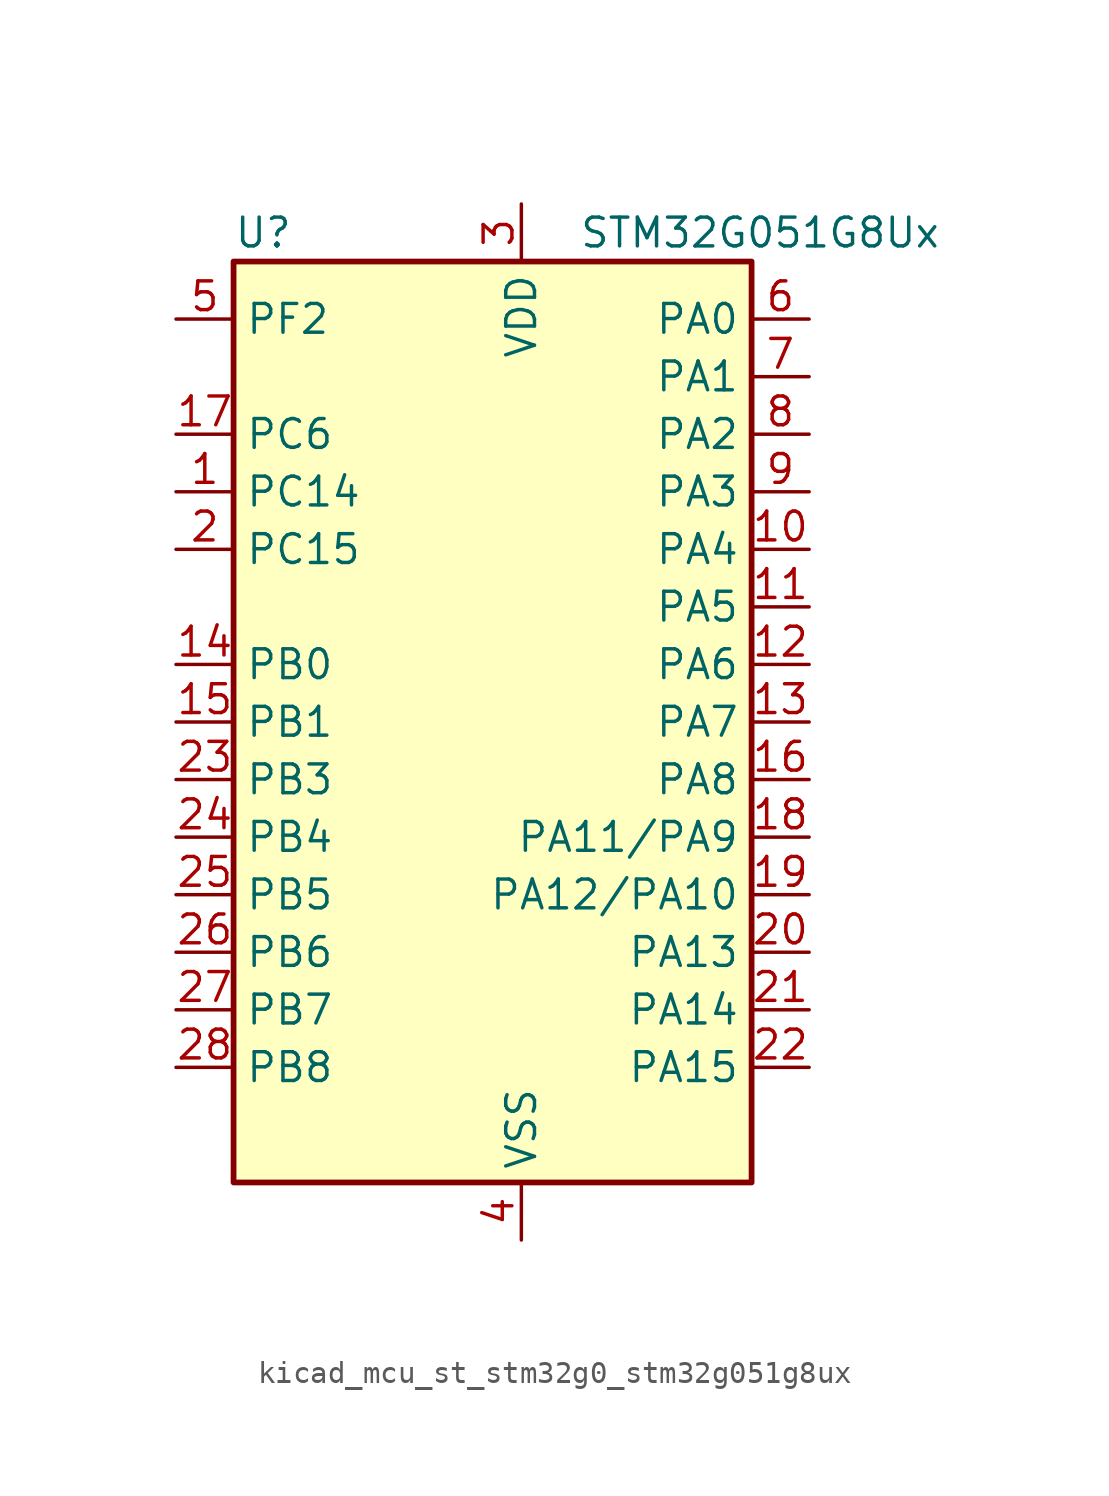
<source format=kicad_sym>
(kicad_symbol_lib
  (version 20220914)
  (generator kicad_symbol_editor)
  (symbol "kicad_mcu_st_stm32g0_stm32g051g8ux"
    (property "Reference" "U"
      (at -10.16 21.59 0)
      (effects (font (size 1.27 1.27)) (justify left)))
    (property "Value" "STM32G051G8Ux"
      (at 5.08 21.59 0)
      (effects (font (size 1.27 1.27)) (justify left)))
    (property "ki_locked" ""
      (at 0 0 0)
      (effects (font (size 1.27 1.27))))
    (symbol "kicad_mcu_st_stm32g0_stm32g051g8ux_0_1"
      (rectangle (start -10.16 -20.32) (end 12.7 20.32) (stroke (width 0.254) (type default)) (fill (type background))))
    (symbol "kicad_mcu_st_stm32g0_stm32g051g8ux_1_1"
      (pin bidirectional line (at -12.7 10.16 0) (length 2.54) (name "PC14" (effects (font (size 1.27 1.27)))) (number "1" (effects (font (size 1.27 1.27)))) (alternate "RCC_OSC32_IN" bidirectional line) (alternate "RCC_OSC_IN" bidirectional line) (alternate "TIM1_BK2" bidirectional line))
      (pin bidirectional line (at 15.24 7.62 180) (length 2.54) (name "PA4" (effects (font (size 1.27 1.27)))) (number "10" (effects (font (size 1.27 1.27)))) (alternate "ADC1_IN4" bidirectional line) (alternate "DAC1_OUT1" bidirectional line) (alternate "I2S1_WS" bidirectional line) (alternate "LPTIM2_OUT" bidirectional line) (alternate "RTC_OUT1" bidirectional line) (alternate "RTC_TAMP_IN1" bidirectional line) (alternate "RTC_TS" bidirectional line) (alternate "SPI1_NSS" bidirectional line) (alternate "SPI2_MOSI" bidirectional line) (alternate "SYS_WKUP2" bidirectional line) (alternate "TIM14_CH1" bidirectional line))
      (pin bidirectional line (at 15.24 5.08 180) (length 2.54) (name "PA5" (effects (font (size 1.27 1.27)))) (number "11" (effects (font (size 1.27 1.27)))) (alternate "ADC1_IN5" bidirectional line) (alternate "DAC1_OUT2" bidirectional line) (alternate "I2S1_CK" bidirectional line) (alternate "LPTIM2_ETR" bidirectional line) (alternate "SPI1_SCK" bidirectional line) (alternate "TIM2_CH1" bidirectional line) (alternate "TIM2_ETR" bidirectional line))
      (pin bidirectional line (at 15.24 2.54 180) (length 2.54) (name "PA6" (effects (font (size 1.27 1.27)))) (number "12" (effects (font (size 1.27 1.27)))) (alternate "ADC1_IN6" bidirectional line) (alternate "COMP1_OUT" bidirectional line) (alternate "I2S1_MCK" bidirectional line) (alternate "LPUART1_CTS" bidirectional line) (alternate "SPI1_MISO" bidirectional line) (alternate "TIM16_CH1" bidirectional line) (alternate "TIM1_BK" bidirectional line) (alternate "TIM3_CH1" bidirectional line))
      (pin bidirectional line (at 15.24 0 180) (length 2.54) (name "PA7" (effects (font (size 1.27 1.27)))) (number "13" (effects (font (size 1.27 1.27)))) (alternate "ADC1_IN7" bidirectional line) (alternate "COMP2_OUT" bidirectional line) (alternate "I2S1_SD" bidirectional line) (alternate "SPI1_MOSI" bidirectional line) (alternate "TIM14_CH1" bidirectional line) (alternate "TIM17_CH1" bidirectional line) (alternate "TIM1_CH1N" bidirectional line) (alternate "TIM3_CH2" bidirectional line))
      (pin bidirectional line (at -12.7 2.54 0) (length 2.54) (name "PB0" (effects (font (size 1.27 1.27)))) (number "14" (effects (font (size 1.27 1.27)))) (alternate "ADC1_IN8" bidirectional line) (alternate "COMP1_OUT" bidirectional line) (alternate "I2S1_WS" bidirectional line) (alternate "LPTIM1_OUT" bidirectional line) (alternate "SPI1_NSS" bidirectional line) (alternate "TIM1_CH2N" bidirectional line) (alternate "TIM3_CH3" bidirectional line))
      (pin bidirectional line (at -12.7 0 0) (length 2.54) (name "PB1" (effects (font (size 1.27 1.27)))) (number "15" (effects (font (size 1.27 1.27)))) (alternate "ADC1_IN9" bidirectional line) (alternate "COMP1_INM" bidirectional line) (alternate "LPTIM2_IN1" bidirectional line) (alternate "LPUART1_DE" bidirectional line) (alternate "LPUART1_RTS" bidirectional line) (alternate "TIM14_CH1" bidirectional line) (alternate "TIM1_CH3N" bidirectional line) (alternate "TIM3_CH4" bidirectional line))
      (pin bidirectional line (at 15.24 -2.54 180) (length 2.54) (name "PA8" (effects (font (size 1.27 1.27)))) (number "16" (effects (font (size 1.27 1.27)))) (alternate "LPTIM2_OUT" bidirectional line) (alternate "RCC_MCO" bidirectional line) (alternate "SPI2_NSS" bidirectional line) (alternate "TIM1_CH1" bidirectional line))
      (pin bidirectional line (at -12.7 12.7 0) (length 2.54) (name "PC6" (effects (font (size 1.27 1.27)))) (number "17" (effects (font (size 1.27 1.27)))) (alternate "TIM2_CH3" bidirectional line) (alternate "TIM3_CH1" bidirectional line))
      (pin bidirectional line (at 15.24 -5.08 180) (length 2.54) (name "PA11/PA9" (effects (font (size 1.27 1.27)))) (number "18" (effects (font (size 1.27 1.27)))) (alternate "ADC1_EXTI11" bidirectional line) (alternate "ADC1_IN15" bidirectional line) (alternate "COMP1_OUT" bidirectional line) (alternate "I2C2_SCL" bidirectional line) (alternate "I2S1_MCK" bidirectional line) (alternate "SPI1_MISO" bidirectional line) (alternate "TIM1_BK2" bidirectional line) (alternate "TIM1_CH4" bidirectional line) (alternate "USART1_CTS" bidirectional line) (alternate "USART1_NSS" bidirectional line))
      (pin bidirectional line (at 15.24 -7.62 180) (length 2.54) (name "PA12/PA10" (effects (font (size 1.27 1.27)))) (number "19" (effects (font (size 1.27 1.27)))) (alternate "ADC1_IN16" bidirectional line) (alternate "COMP2_OUT" bidirectional line) (alternate "I2C2_SDA" bidirectional line) (alternate "I2S1_SD" bidirectional line) (alternate "I2S_CKIN" bidirectional line) (alternate "SPI1_MOSI" bidirectional line) (alternate "TIM1_ETR" bidirectional line) (alternate "USART1_CK" bidirectional line) (alternate "USART1_DE" bidirectional line) (alternate "USART1_RTS" bidirectional line))
      (pin bidirectional line (at -12.7 7.62 0) (length 2.54) (name "PC15" (effects (font (size 1.27 1.27)))) (number "2" (effects (font (size 1.27 1.27)))) (alternate "RCC_OSC32_EN" bidirectional line) (alternate "RCC_OSC32_OUT" bidirectional line) (alternate "RCC_OSC_EN" bidirectional line) (alternate "TIM15_BK" bidirectional line))
      (pin bidirectional line (at 15.24 -10.16 180) (length 2.54) (name "PA13" (effects (font (size 1.27 1.27)))) (number "20" (effects (font (size 1.27 1.27)))) (alternate "ADC1_IN17" bidirectional line) (alternate "IR_OUT" bidirectional line) (alternate "SYS_SWDIO" bidirectional line))
      (pin bidirectional line (at 15.24 -12.7 180) (length 2.54) (name "PA14" (effects (font (size 1.27 1.27)))) (number "21" (effects (font (size 1.27 1.27)))) (alternate "ADC1_IN18" bidirectional line) (alternate "SYS_SWCLK" bidirectional line) (alternate "USART2_TX" bidirectional line))
      (pin bidirectional line (at 15.24 -15.24 180) (length 2.54) (name "PA15" (effects (font (size 1.27 1.27)))) (number "22" (effects (font (size 1.27 1.27)))) (alternate "I2S1_WS" bidirectional line) (alternate "SPI1_NSS" bidirectional line) (alternate "TIM2_CH1" bidirectional line) (alternate "TIM2_ETR" bidirectional line) (alternate "USART2_RX" bidirectional line))
      (pin bidirectional line (at -12.7 -2.54 0) (length 2.54) (name "PB3" (effects (font (size 1.27 1.27)))) (number "23" (effects (font (size 1.27 1.27)))) (alternate "COMP2_INM" bidirectional line) (alternate "I2S1_CK" bidirectional line) (alternate "SPI1_SCK" bidirectional line) (alternate "TIM1_CH2" bidirectional line) (alternate "TIM2_CH2" bidirectional line) (alternate "USART1_CK" bidirectional line) (alternate "USART1_DE" bidirectional line) (alternate "USART1_RTS" bidirectional line))
      (pin bidirectional line (at -12.7 -5.08 0) (length 2.54) (name "PB4" (effects (font (size 1.27 1.27)))) (number "24" (effects (font (size 1.27 1.27)))) (alternate "COMP2_INP" bidirectional line) (alternate "I2S1_MCK" bidirectional line) (alternate "SPI1_MISO" bidirectional line) (alternate "TIM17_BK" bidirectional line) (alternate "TIM3_CH1" bidirectional line) (alternate "USART1_CTS" bidirectional line) (alternate "USART1_NSS" bidirectional line))
      (pin bidirectional line (at -12.7 -7.62 0) (length 2.54) (name "PB5" (effects (font (size 1.27 1.27)))) (number "25" (effects (font (size 1.27 1.27)))) (alternate "COMP2_OUT" bidirectional line) (alternate "I2C1_SMBA" bidirectional line) (alternate "I2S1_SD" bidirectional line) (alternate "LPTIM1_IN1" bidirectional line) (alternate "SPI1_MOSI" bidirectional line) (alternate "SYS_WKUP6" bidirectional line) (alternate "TIM16_BK" bidirectional line) (alternate "TIM3_CH2" bidirectional line))
      (pin bidirectional line (at -12.7 -10.16 0) (length 2.54) (name "PB6" (effects (font (size 1.27 1.27)))) (number "26" (effects (font (size 1.27 1.27)))) (alternate "COMP2_INP" bidirectional line) (alternate "I2C1_SCL" bidirectional line) (alternate "LPTIM1_ETR" bidirectional line) (alternate "SPI2_MISO" bidirectional line) (alternate "TIM16_CH1N" bidirectional line) (alternate "TIM1_CH3" bidirectional line) (alternate "USART1_TX" bidirectional line))
      (pin bidirectional line (at -12.7 -12.7 0) (length 2.54) (name "PB7" (effects (font (size 1.27 1.27)))) (number "27" (effects (font (size 1.27 1.27)))) (alternate "ADC1_IN11" bidirectional line) (alternate "COMP2_INM" bidirectional line) (alternate "I2C1_SDA" bidirectional line) (alternate "LPTIM1_IN2" bidirectional line) (alternate "SPI2_MOSI" bidirectional line) (alternate "SYS_PVD_IN" bidirectional line) (alternate "TIM17_CH1N" bidirectional line) (alternate "USART1_RX" bidirectional line))
      (pin bidirectional line (at -12.7 -15.24 0) (length 2.54) (name "PB8" (effects (font (size 1.27 1.27)))) (number "28" (effects (font (size 1.27 1.27)))) (alternate "I2C1_SCL" bidirectional line) (alternate "SPI2_SCK" bidirectional line) (alternate "TIM15_BK" bidirectional line) (alternate "TIM16_CH1" bidirectional line))
      (pin power_in line (at 2.54 22.86 270) (length 2.54) (name "VDD" (effects (font (size 1.27 1.27)))) (number "3" (effects (font (size 1.27 1.27)))))
      (pin power_in line (at 2.54 -22.86 90) (length 2.54) (name "VSS" (effects (font (size 1.27 1.27)))) (number "4" (effects (font (size 1.27 1.27)))))
      (pin bidirectional line (at -12.7 17.78 0) (length 2.54) (name "PF2" (effects (font (size 1.27 1.27)))) (number "5" (effects (font (size 1.27 1.27)))) (alternate "RCC_MCO" bidirectional line))
      (pin bidirectional line (at 15.24 17.78 180) (length 2.54) (name "PA0" (effects (font (size 1.27 1.27)))) (number "6" (effects (font (size 1.27 1.27)))) (alternate "ADC1_IN0" bidirectional line) (alternate "COMP1_INM" bidirectional line) (alternate "COMP1_OUT" bidirectional line) (alternate "LPTIM1_OUT" bidirectional line) (alternate "RTC_TAMP_IN2" bidirectional line) (alternate "SPI2_SCK" bidirectional line) (alternate "SYS_WKUP1" bidirectional line) (alternate "TIM2_CH1" bidirectional line) (alternate "TIM2_ETR" bidirectional line) (alternate "USART2_CTS" bidirectional line) (alternate "USART2_NSS" bidirectional line))
      (pin bidirectional line (at 15.24 15.24 180) (length 2.54) (name "PA1" (effects (font (size 1.27 1.27)))) (number "7" (effects (font (size 1.27 1.27)))) (alternate "ADC1_IN1" bidirectional line) (alternate "COMP1_INP" bidirectional line) (alternate "I2C1_SMBA" bidirectional line) (alternate "I2S1_CK" bidirectional line) (alternate "SPI1_SCK" bidirectional line) (alternate "TIM15_CH1N" bidirectional line) (alternate "TIM2_CH2" bidirectional line) (alternate "USART2_CK" bidirectional line) (alternate "USART2_DE" bidirectional line) (alternate "USART2_RTS" bidirectional line))
      (pin bidirectional line (at 15.24 12.7 180) (length 2.54) (name "PA2" (effects (font (size 1.27 1.27)))) (number "8" (effects (font (size 1.27 1.27)))) (alternate "ADC1_IN2" bidirectional line) (alternate "COMP2_INM" bidirectional line) (alternate "COMP2_OUT" bidirectional line) (alternate "I2S1_SD" bidirectional line) (alternate "LPUART1_TX" bidirectional line) (alternate "RCC_LSCO" bidirectional line) (alternate "SPI1_MOSI" bidirectional line) (alternate "SYS_WKUP4" bidirectional line) (alternate "TIM15_CH1" bidirectional line) (alternate "TIM2_CH3" bidirectional line) (alternate "USART2_TX" bidirectional line))
      (pin bidirectional line (at 15.24 10.16 180) (length 2.54) (name "PA3" (effects (font (size 1.27 1.27)))) (number "9" (effects (font (size 1.27 1.27)))) (alternate "ADC1_IN3" bidirectional line) (alternate "COMP2_INP" bidirectional line) (alternate "LPUART1_RX" bidirectional line) (alternate "SPI2_MISO" bidirectional line) (alternate "TIM15_CH2" bidirectional line) (alternate "TIM2_CH4" bidirectional line) (alternate "USART2_RX" bidirectional line)))))
</source>
